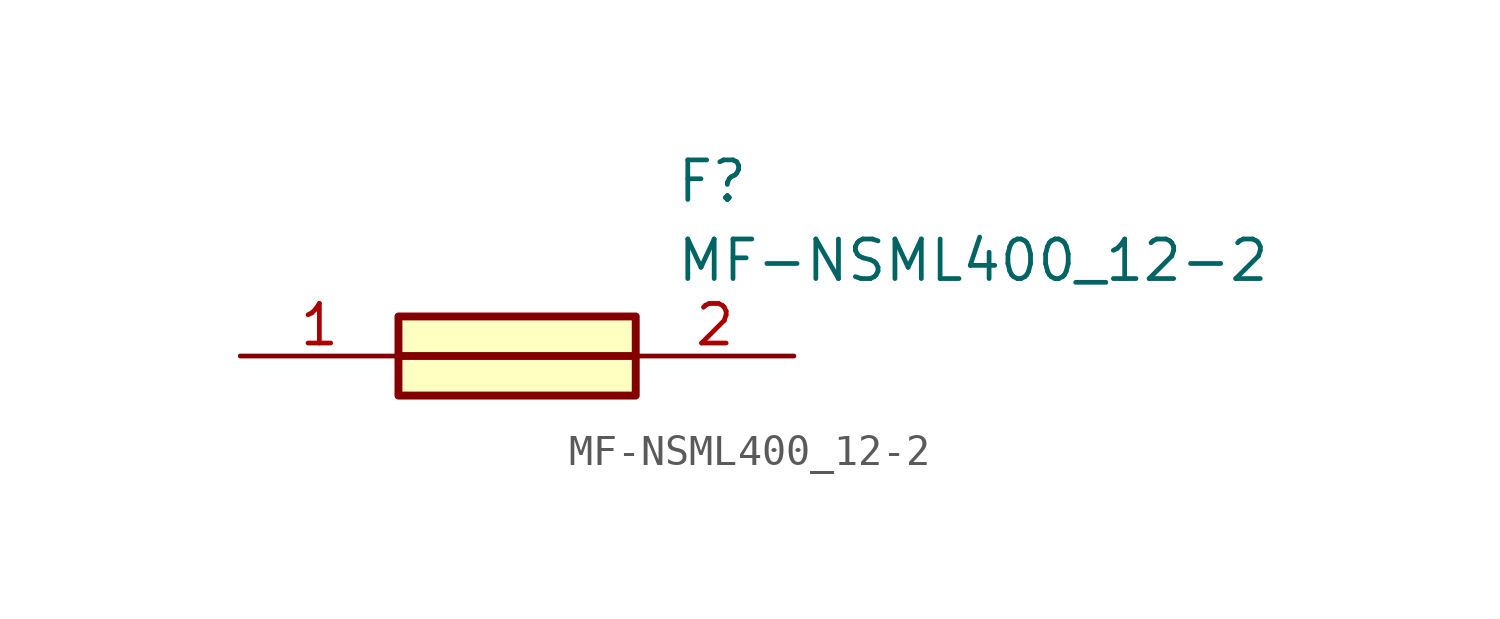
<source format=kicad_sym>
(kicad_symbol_lib
  (version 20211014)
  (generator SamacSys_ECAD_Model)
  (symbol "MF-NSML400_12-2"
    (pin_names hide)
    (property "Reference" "F"
      (at 13.97 6.35 0)
      (effects (font (size 1.27 1.27)) (justify left top)))
    (property "Value" "MF-NSML400_12-2"
      (at 13.97 3.81 0)
      (effects (font (size 1.27 1.27)) (justify left top)))
    (rectangle
      (start 5.08 1.27)
      (end 12.7 -1.27)
      (stroke (width 0.254) (type default))
      (fill (type background)))
    (polyline
      (pts (xy 5.08 0) (xy 12.7 0))
      (stroke (width 0.254) (type default))
      (fill (type none)))
    (pin passive line
      (at 0 0 0)
      (length 5.08)
      (name "1" (effects (font (size 1.27 1.27))))
      (number "1" (effects (font (size 1.27 1.27)))))
    (pin passive line
      (at 17.78 0 180)
      (length 5.08)
      (name "2" (effects (font (size 1.27 1.27))))
      (number "2" (effects (font (size 1.27 1.27)))))))
</source>
